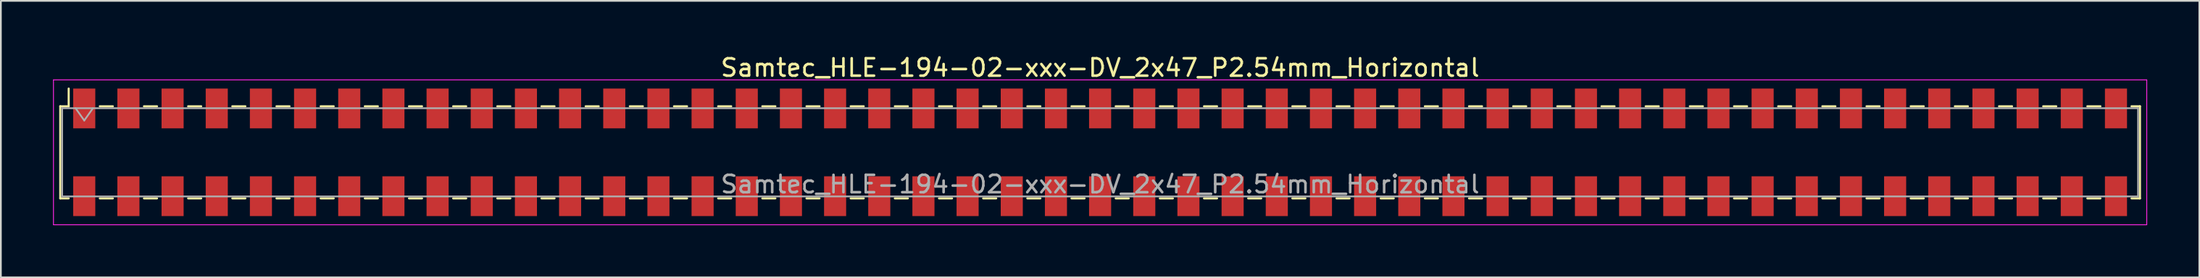
<source format=kicad_pcb>
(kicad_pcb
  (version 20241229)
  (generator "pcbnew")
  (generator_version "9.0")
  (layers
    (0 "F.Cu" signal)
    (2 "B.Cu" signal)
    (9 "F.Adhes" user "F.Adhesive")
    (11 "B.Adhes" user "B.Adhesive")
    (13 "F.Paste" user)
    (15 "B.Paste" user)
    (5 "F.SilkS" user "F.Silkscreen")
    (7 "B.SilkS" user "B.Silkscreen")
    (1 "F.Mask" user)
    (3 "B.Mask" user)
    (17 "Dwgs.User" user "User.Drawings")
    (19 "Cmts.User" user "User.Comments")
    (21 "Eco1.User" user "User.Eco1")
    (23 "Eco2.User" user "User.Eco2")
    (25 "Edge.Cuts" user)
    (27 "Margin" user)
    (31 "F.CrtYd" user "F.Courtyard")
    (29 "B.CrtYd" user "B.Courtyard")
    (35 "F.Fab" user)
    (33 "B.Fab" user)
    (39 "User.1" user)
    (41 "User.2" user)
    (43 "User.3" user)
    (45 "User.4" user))
  (footprint "Samtec_HLE-194-02-xxx-DV_2x47_P2.54mm_Horizontal"
    (layer "F.Cu")
    (at 60.215 5.718)
    (property "Reference" "Samtec_HLE-194-02-xxx-DV_2x47_P2.54mm_Horizontal" (at 0 -4.87 0) (layer "F.SilkS") (effects (font (size 1 1) (thickness 0.15))))
    (attr smd)
    (fp_line (start -59.8 -2.65) (end -59.8 2.65) (stroke (width 0.12) (type solid)) (layer "F.SilkS"))
    (fp_line (start -59.8 2.65) (end -59.315 2.65) (stroke (width 0.12) (type solid)) (layer "F.SilkS"))
    (fp_line (start -59.315 -3.67) (end -59.315 -2.65) (stroke (width 0.12) (type solid)) (layer "F.SilkS"))
    (fp_line (start -59.315 -2.65) (end -59.8 -2.65) (stroke (width 0.12) (type solid)) (layer "F.SilkS"))
    (fp_line (start -57.525 -2.65) (end -56.775 -2.65) (stroke (width 0.12) (type solid)) (layer "F.SilkS"))
    (fp_line (start -57.525 2.65) (end -56.775 2.65) (stroke (width 0.12) (type solid)) (layer "F.SilkS"))
    (fp_line (start -54.985 -2.65) (end -54.235 -2.65) (stroke (width 0.12) (type solid)) (layer "F.SilkS"))
    (fp_line (start -54.985 2.65) (end -54.235 2.65) (stroke (width 0.12) (type solid)) (layer "F.SilkS"))
    (fp_line (start -52.445 -2.65) (end -51.695 -2.65) (stroke (width 0.12) (type solid)) (layer "F.SilkS"))
    (fp_line (start -52.445 2.65) (end -51.695 2.65) (stroke (width 0.12) (type solid)) (layer "F.SilkS"))
    (fp_line (start -49.905 -2.65) (end -49.155 -2.65) (stroke (width 0.12) (type solid)) (layer "F.SilkS"))
    (fp_line (start -49.905 2.65) (end -49.155 2.65) (stroke (width 0.12) (type solid)) (layer "F.SilkS"))
    (fp_line (start -47.365 -2.65) (end -46.615 -2.65) (stroke (width 0.12) (type solid)) (layer "F.SilkS"))
    (fp_line (start -47.365 2.65) (end -46.615 2.65) (stroke (width 0.12) (type solid)) (layer "F.SilkS"))
    (fp_line (start -44.825 -2.65) (end -44.075 -2.65) (stroke (width 0.12) (type solid)) (layer "F.SilkS"))
    (fp_line (start -44.825 2.65) (end -44.075 2.65) (stroke (width 0.12) (type solid)) (layer "F.SilkS"))
    (fp_line (start -42.285 -2.65) (end -41.535 -2.65) (stroke (width 0.12) (type solid)) (layer "F.SilkS"))
    (fp_line (start -42.285 2.65) (end -41.535 2.65) (stroke (width 0.12) (type solid)) (layer "F.SilkS"))
    (fp_line (start -39.745 -2.65) (end -38.995 -2.65) (stroke (width 0.12) (type solid)) (layer "F.SilkS"))
    (fp_line (start -39.745 2.65) (end -38.995 2.65) (stroke (width 0.12) (type solid)) (layer "F.SilkS"))
    (fp_line (start -37.205 -2.65) (end -36.455 -2.65) (stroke (width 0.12) (type solid)) (layer "F.SilkS"))
    (fp_line (start -37.205 2.65) (end -36.455 2.65) (stroke (width 0.12) (type solid)) (layer "F.SilkS"))
    (fp_line (start -34.665 -2.65) (end -33.915 -2.65) (stroke (width 0.12) (type solid)) (layer "F.SilkS"))
    (fp_line (start -34.665 2.65) (end -33.915 2.65) (stroke (width 0.12) (type solid)) (layer "F.SilkS"))
    (fp_line (start -32.125 -2.65) (end -31.375 -2.65) (stroke (width 0.12) (type solid)) (layer "F.SilkS"))
    (fp_line (start -32.125 2.65) (end -31.375 2.65) (stroke (width 0.12) (type solid)) (layer "F.SilkS"))
    (fp_line (start -29.585 -2.65) (end -28.835 -2.65) (stroke (width 0.12) (type solid)) (layer "F.SilkS"))
    (fp_line (start -29.585 2.65) (end -28.835 2.65) (stroke (width 0.12) (type solid)) (layer "F.SilkS"))
    (fp_line (start -27.045 -2.65) (end -26.295 -2.65) (stroke (width 0.12) (type solid)) (layer "F.SilkS"))
    (fp_line (start -27.045 2.65) (end -26.295 2.65) (stroke (width 0.12) (type solid)) (layer "F.SilkS"))
    (fp_line (start -24.505 -2.65) (end -23.755 -2.65) (stroke (width 0.12) (type solid)) (layer "F.SilkS"))
    (fp_line (start -24.505 2.65) (end -23.755 2.65) (stroke (width 0.12) (type solid)) (layer "F.SilkS"))
    (fp_line (start -21.965 -2.65) (end -21.215 -2.65) (stroke (width 0.12) (type solid)) (layer "F.SilkS"))
    (fp_line (start -21.965 2.65) (end -21.215 2.65) (stroke (width 0.12) (type solid)) (layer "F.SilkS"))
    (fp_line (start -19.425 -2.65) (end -18.675 -2.65) (stroke (width 0.12) (type solid)) (layer "F.SilkS"))
    (fp_line (start -19.425 2.65) (end -18.675 2.65) (stroke (width 0.12) (type solid)) (layer "F.SilkS"))
    (fp_line (start -16.885 -2.65) (end -16.135 -2.65) (stroke (width 0.12) (type solid)) (layer "F.SilkS"))
    (fp_line (start -16.885 2.65) (end -16.135 2.65) (stroke (width 0.12) (type solid)) (layer "F.SilkS"))
    (fp_line (start -14.345 -2.65) (end -13.595 -2.65) (stroke (width 0.12) (type solid)) (layer "F.SilkS"))
    (fp_line (start -14.345 2.65) (end -13.595 2.65) (stroke (width 0.12) (type solid)) (layer "F.SilkS"))
    (fp_line (start -11.805 -2.65) (end -11.055 -2.65) (stroke (width 0.12) (type solid)) (layer "F.SilkS"))
    (fp_line (start -11.805 2.65) (end -11.055 2.65) (stroke (width 0.12) (type solid)) (layer "F.SilkS"))
    (fp_line (start -9.265 -2.65) (end -8.515 -2.65) (stroke (width 0.12) (type solid)) (layer "F.SilkS"))
    (fp_line (start -9.265 2.65) (end -8.515 2.65) (stroke (width 0.12) (type solid)) (layer "F.SilkS"))
    (fp_line (start -6.725 -2.65) (end -5.975 -2.65) (stroke (width 0.12) (type solid)) (layer "F.SilkS"))
    (fp_line (start -6.725 2.65) (end -5.975 2.65) (stroke (width 0.12) (type solid)) (layer "F.SilkS"))
    (fp_line (start -4.185 -2.65) (end -3.435 -2.65) (stroke (width 0.12) (type solid)) (layer "F.SilkS"))
    (fp_line (start -4.185 2.65) (end -3.435 2.65) (stroke (width 0.12) (type solid)) (layer "F.SilkS"))
    (fp_line (start -1.645 -2.65) (end -0.895 -2.65) (stroke (width 0.12) (type solid)) (layer "F.SilkS"))
    (fp_line (start -1.645 2.65) (end -0.895 2.65) (stroke (width 0.12) (type solid)) (layer "F.SilkS"))
    (fp_line (start 0.895 -2.65) (end 1.645 -2.65) (stroke (width 0.12) (type solid)) (layer "F.SilkS"))
    (fp_line (start 0.895 2.65) (end 1.645 2.65) (stroke (width 0.12) (type solid)) (layer "F.SilkS"))
    (fp_line (start 3.435 -2.65) (end 4.185 -2.65) (stroke (width 0.12) (type solid)) (layer "F.SilkS"))
    (fp_line (start 3.435 2.65) (end 4.185 2.65) (stroke (width 0.12) (type solid)) (layer "F.SilkS"))
    (fp_line (start 5.975 -2.65) (end 6.725 -2.65) (stroke (width 0.12) (type solid)) (layer "F.SilkS"))
    (fp_line (start 5.975 2.65) (end 6.725 2.65) (stroke (width 0.12) (type solid)) (layer "F.SilkS"))
    (fp_line (start 8.515 -2.65) (end 9.265 -2.65) (stroke (width 0.12) (type solid)) (layer "F.SilkS"))
    (fp_line (start 8.515 2.65) (end 9.265 2.65) (stroke (width 0.12) (type solid)) (layer "F.SilkS"))
    (fp_line (start 11.055 -2.65) (end 11.805 -2.65) (stroke (width 0.12) (type solid)) (layer "F.SilkS"))
    (fp_line (start 11.055 2.65) (end 11.805 2.65) (stroke (width 0.12) (type solid)) (layer "F.SilkS"))
    (fp_line (start 13.595 -2.65) (end 14.345 -2.65) (stroke (width 0.12) (type solid)) (layer "F.SilkS"))
    (fp_line (start 13.595 2.65) (end 14.345 2.65) (stroke (width 0.12) (type solid)) (layer "F.SilkS"))
    (fp_line (start 16.135 -2.65) (end 16.885 -2.65) (stroke (width 0.12) (type solid)) (layer "F.SilkS"))
    (fp_line (start 16.135 2.65) (end 16.885 2.65) (stroke (width 0.12) (type solid)) (layer "F.SilkS"))
    (fp_line (start 18.675 -2.65) (end 19.425 -2.65) (stroke (width 0.12) (type solid)) (layer "F.SilkS"))
    (fp_line (start 18.675 2.65) (end 19.425 2.65) (stroke (width 0.12) (type solid)) (layer "F.SilkS"))
    (fp_line (start 21.215 -2.65) (end 21.965 -2.65) (stroke (width 0.12) (type solid)) (layer "F.SilkS"))
    (fp_line (start 21.215 2.65) (end 21.965 2.65) (stroke (width 0.12) (type solid)) (layer "F.SilkS"))
    (fp_line (start 23.755 -2.65) (end 24.505 -2.65) (stroke (width 0.12) (type solid)) (layer "F.SilkS"))
    (fp_line (start 23.755 2.65) (end 24.505 2.65) (stroke (width 0.12) (type solid)) (layer "F.SilkS"))
    (fp_line (start 26.295 -2.65) (end 27.045 -2.65) (stroke (width 0.12) (type solid)) (layer "F.SilkS"))
    (fp_line (start 26.295 2.65) (end 27.045 2.65) (stroke (width 0.12) (type solid)) (layer "F.SilkS"))
    (fp_line (start 28.835 -2.65) (end 29.585 -2.65) (stroke (width 0.12) (type solid)) (layer "F.SilkS"))
    (fp_line (start 28.835 2.65) (end 29.585 2.65) (stroke (width 0.12) (type solid)) (layer "F.SilkS"))
    (fp_line (start 31.375 -2.65) (end 32.125 -2.65) (stroke (width 0.12) (type solid)) (layer "F.SilkS"))
    (fp_line (start 31.375 2.65) (end 32.125 2.65) (stroke (width 0.12) (type solid)) (layer "F.SilkS"))
    (fp_line (start 33.915 -2.65) (end 34.665 -2.65) (stroke (width 0.12) (type solid)) (layer "F.SilkS"))
    (fp_line (start 33.915 2.65) (end 34.665 2.65) (stroke (width 0.12) (type solid)) (layer "F.SilkS"))
    (fp_line (start 36.455 -2.65) (end 37.205 -2.65) (stroke (width 0.12) (type solid)) (layer "F.SilkS"))
    (fp_line (start 36.455 2.65) (end 37.205 2.65) (stroke (width 0.12) (type solid)) (layer "F.SilkS"))
    (fp_line (start 38.995 -2.65) (end 39.745 -2.65) (stroke (width 0.12) (type solid)) (layer "F.SilkS"))
    (fp_line (start 38.995 2.65) (end 39.745 2.65) (stroke (width 0.12) (type solid)) (layer "F.SilkS"))
    (fp_line (start 41.535 -2.65) (end 42.285 -2.65) (stroke (width 0.12) (type solid)) (layer "F.SilkS"))
    (fp_line (start 41.535 2.65) (end 42.285 2.65) (stroke (width 0.12) (type solid)) (layer "F.SilkS"))
    (fp_line (start 44.075 -2.65) (end 44.825 -2.65) (stroke (width 0.12) (type solid)) (layer "F.SilkS"))
    (fp_line (start 44.075 2.65) (end 44.825 2.65) (stroke (width 0.12) (type solid)) (layer "F.SilkS"))
    (fp_line (start 46.615 -2.65) (end 47.365 -2.65) (stroke (width 0.12) (type solid)) (layer "F.SilkS"))
    (fp_line (start 46.615 2.65) (end 47.365 2.65) (stroke (width 0.12) (type solid)) (layer "F.SilkS"))
    (fp_line (start 49.155 -2.65) (end 49.905 -2.65) (stroke (width 0.12) (type solid)) (layer "F.SilkS"))
    (fp_line (start 49.155 2.65) (end 49.905 2.65) (stroke (width 0.12) (type solid)) (layer "F.SilkS"))
    (fp_line (start 51.695 -2.65) (end 52.445 -2.65) (stroke (width 0.12) (type solid)) (layer "F.SilkS"))
    (fp_line (start 51.695 2.65) (end 52.445 2.65) (stroke (width 0.12) (type solid)) (layer "F.SilkS"))
    (fp_line (start 54.235 -2.65) (end 54.985 -2.65) (stroke (width 0.12) (type solid)) (layer "F.SilkS"))
    (fp_line (start 54.235 2.65) (end 54.985 2.65) (stroke (width 0.12) (type solid)) (layer "F.SilkS"))
    (fp_line (start 56.775 -2.65) (end 57.525 -2.65) (stroke (width 0.12) (type solid)) (layer "F.SilkS"))
    (fp_line (start 56.775 2.65) (end 57.525 2.65) (stroke (width 0.12) (type solid)) (layer "F.SilkS"))
    (fp_line (start 59.315 -2.65) (end 59.8 -2.65) (stroke (width 0.12) (type solid)) (layer "F.SilkS"))
    (fp_line (start 59.8 -2.65) (end 59.8 2.65) (stroke (width 0.12) (type solid)) (layer "F.SilkS"))
    (fp_line (start 59.8 2.65) (end 59.315 2.65) (stroke (width 0.12) (type solid)) (layer "F.SilkS"))
    (fp_line (start -60.19 -4.17) (end 60.19 -4.17) (stroke (width 0.05) (type solid)) (layer "F.CrtYd"))
    (fp_line (start -60.19 4.17) (end -60.19 -4.17) (stroke (width 0.05) (type solid)) (layer "F.CrtYd"))
    (fp_line (start 60.19 -4.17) (end 60.19 4.17) (stroke (width 0.05) (type solid)) (layer "F.CrtYd"))
    (fp_line (start 60.19 4.17) (end -60.19 4.17) (stroke (width 0.05) (type solid)) (layer "F.CrtYd"))
    (fp_line (start -59.69 -2.54) (end 59.69 -2.54) (stroke (width 0.1) (type solid)) (layer "F.Fab"))
    (fp_line (start -59.69 2.54) (end -59.69 -2.54) (stroke (width 0.1) (type solid)) (layer "F.Fab"))
    (fp_line (start -58.92 -2.54) (end -58.42 -1.833) (stroke (width 0.1) (type solid)) (layer "F.Fab"))
    (fp_line (start -58.42 -1.833) (end -57.92 -2.54) (stroke (width 0.1) (type solid)) (layer "F.Fab"))
    (fp_line (start 59.69 -2.54) (end 59.69 2.54) (stroke (width 0.1) (type solid)) (layer "F.Fab"))
    (fp_line (start 59.69 2.54) (end -59.69 2.54) (stroke (width 0.1) (type solid)) (layer "F.Fab"))
    (fp_text user "${REFERENCE}" (at 0 1.84 0) (layer "F.Fab") (effects (font (size 1 1) (thickness 0.15))))
    (pad "1" smd rect (at -58.42 -2.525) (size 1.27 2.29) (layers "F.Cu" "F.Mask" "F.Paste"))
    (pad "2" smd rect (at -58.42 2.525) (size 1.27 2.29) (layers "F.Cu" "F.Mask" "F.Paste"))
    (pad "3" smd rect (at -55.88 -2.525) (size 1.27 2.29) (layers "F.Cu" "F.Mask" "F.Paste"))
    (pad "4" smd rect (at -55.88 2.525) (size 1.27 2.29) (layers "F.Cu" "F.Mask" "F.Paste"))
    (pad "5" smd rect (at -53.34 -2.525) (size 1.27 2.29) (layers "F.Cu" "F.Mask" "F.Paste"))
    (pad "6" smd rect (at -53.34 2.525) (size 1.27 2.29) (layers "F.Cu" "F.Mask" "F.Paste"))
    (pad "7" smd rect (at -50.8 -2.525) (size 1.27 2.29) (layers "F.Cu" "F.Mask" "F.Paste"))
    (pad "8" smd rect (at -50.8 2.525) (size 1.27 2.29) (layers "F.Cu" "F.Mask" "F.Paste"))
    (pad "9" smd rect (at -48.26 -2.525) (size 1.27 2.29) (layers "F.Cu" "F.Mask" "F.Paste"))
    (pad "10" smd rect (at -48.26 2.525) (size 1.27 2.29) (layers "F.Cu" "F.Mask" "F.Paste"))
    (pad "11" smd rect (at -45.72 -2.525) (size 1.27 2.29) (layers "F.Cu" "F.Mask" "F.Paste"))
    (pad "12" smd rect (at -45.72 2.525) (size 1.27 2.29) (layers "F.Cu" "F.Mask" "F.Paste"))
    (pad "13" smd rect (at -43.18 -2.525) (size 1.27 2.29) (layers "F.Cu" "F.Mask" "F.Paste"))
    (pad "14" smd rect (at -43.18 2.525) (size 1.27 2.29) (layers "F.Cu" "F.Mask" "F.Paste"))
    (pad "15" smd rect (at -40.64 -2.525) (size 1.27 2.29) (layers "F.Cu" "F.Mask" "F.Paste"))
    (pad "16" smd rect (at -40.64 2.525) (size 1.27 2.29) (layers "F.Cu" "F.Mask" "F.Paste"))
    (pad "17" smd rect (at -38.1 -2.525) (size 1.27 2.29) (layers "F.Cu" "F.Mask" "F.Paste"))
    (pad "18" smd rect (at -38.1 2.525) (size 1.27 2.29) (layers "F.Cu" "F.Mask" "F.Paste"))
    (pad "19" smd rect (at -35.56 -2.525) (size 1.27 2.29) (layers "F.Cu" "F.Mask" "F.Paste"))
    (pad "20" smd rect (at -35.56 2.525) (size 1.27 2.29) (layers "F.Cu" "F.Mask" "F.Paste"))
    (pad "21" smd rect (at -33.02 -2.525) (size 1.27 2.29) (layers "F.Cu" "F.Mask" "F.Paste"))
    (pad "22" smd rect (at -33.02 2.525) (size 1.27 2.29) (layers "F.Cu" "F.Mask" "F.Paste"))
    (pad "23" smd rect (at -30.48 -2.525) (size 1.27 2.29) (layers "F.Cu" "F.Mask" "F.Paste"))
    (pad "24" smd rect (at -30.48 2.525) (size 1.27 2.29) (layers "F.Cu" "F.Mask" "F.Paste"))
    (pad "25" smd rect (at -27.94 -2.525) (size 1.27 2.29) (layers "F.Cu" "F.Mask" "F.Paste"))
    (pad "26" smd rect (at -27.94 2.525) (size 1.27 2.29) (layers "F.Cu" "F.Mask" "F.Paste"))
    (pad "27" smd rect (at -25.4 -2.525) (size 1.27 2.29) (layers "F.Cu" "F.Mask" "F.Paste"))
    (pad "28" smd rect (at -25.4 2.525) (size 1.27 2.29) (layers "F.Cu" "F.Mask" "F.Paste"))
    (pad "29" smd rect (at -22.86 -2.525) (size 1.27 2.29) (layers "F.Cu" "F.Mask" "F.Paste"))
    (pad "30" smd rect (at -22.86 2.525) (size 1.27 2.29) (layers "F.Cu" "F.Mask" "F.Paste"))
    (pad "31" smd rect (at -20.32 -2.525) (size 1.27 2.29) (layers "F.Cu" "F.Mask" "F.Paste"))
    (pad "32" smd rect (at -20.32 2.525) (size 1.27 2.29) (layers "F.Cu" "F.Mask" "F.Paste"))
    (pad "33" smd rect (at -17.78 -2.525) (size 1.27 2.29) (layers "F.Cu" "F.Mask" "F.Paste"))
    (pad "34" smd rect (at -17.78 2.525) (size 1.27 2.29) (layers "F.Cu" "F.Mask" "F.Paste"))
    (pad "35" smd rect (at -15.24 -2.525) (size 1.27 2.29) (layers "F.Cu" "F.Mask" "F.Paste"))
    (pad "36" smd rect (at -15.24 2.525) (size 1.27 2.29) (layers "F.Cu" "F.Mask" "F.Paste"))
    (pad "37" smd rect (at -12.7 -2.525) (size 1.27 2.29) (layers "F.Cu" "F.Mask" "F.Paste"))
    (pad "38" smd rect (at -12.7 2.525) (size 1.27 2.29) (layers "F.Cu" "F.Mask" "F.Paste"))
    (pad "39" smd rect (at -10.16 -2.525) (size 1.27 2.29) (layers "F.Cu" "F.Mask" "F.Paste"))
    (pad "40" smd rect (at -10.16 2.525) (size 1.27 2.29) (layers "F.Cu" "F.Mask" "F.Paste"))
    (pad "41" smd rect (at -7.62 -2.525) (size 1.27 2.29) (layers "F.Cu" "F.Mask" "F.Paste"))
    (pad "42" smd rect (at -7.62 2.525) (size 1.27 2.29) (layers "F.Cu" "F.Mask" "F.Paste"))
    (pad "43" smd rect (at -5.08 -2.525) (size 1.27 2.29) (layers "F.Cu" "F.Mask" "F.Paste"))
    (pad "44" smd rect (at -5.08 2.525) (size 1.27 2.29) (layers "F.Cu" "F.Mask" "F.Paste"))
    (pad "45" smd rect (at -2.54 -2.525) (size 1.27 2.29) (layers "F.Cu" "F.Mask" "F.Paste"))
    (pad "46" smd rect (at -2.54 2.525) (size 1.27 2.29) (layers "F.Cu" "F.Mask" "F.Paste"))
    (pad "47" smd rect (at 0 -2.525) (size 1.27 2.29) (layers "F.Cu" "F.Mask" "F.Paste"))
    (pad "48" smd rect (at 0 2.525) (size 1.27 2.29) (layers "F.Cu" "F.Mask" "F.Paste"))
    (pad "49" smd rect (at 2.54 -2.525) (size 1.27 2.29) (layers "F.Cu" "F.Mask" "F.Paste"))
    (pad "50" smd rect (at 2.54 2.525) (size 1.27 2.29) (layers "F.Cu" "F.Mask" "F.Paste"))
    (pad "51" smd rect (at 5.08 -2.525) (size 1.27 2.29) (layers "F.Cu" "F.Mask" "F.Paste"))
    (pad "52" smd rect (at 5.08 2.525) (size 1.27 2.29) (layers "F.Cu" "F.Mask" "F.Paste"))
    (pad "53" smd rect (at 7.62 -2.525) (size 1.27 2.29) (layers "F.Cu" "F.Mask" "F.Paste"))
    (pad "54" smd rect (at 7.62 2.525) (size 1.27 2.29) (layers "F.Cu" "F.Mask" "F.Paste"))
    (pad "55" smd rect (at 10.16 -2.525) (size 1.27 2.29) (layers "F.Cu" "F.Mask" "F.Paste"))
    (pad "56" smd rect (at 10.16 2.525) (size 1.27 2.29) (layers "F.Cu" "F.Mask" "F.Paste"))
    (pad "57" smd rect (at 12.7 -2.525) (size 1.27 2.29) (layers "F.Cu" "F.Mask" "F.Paste"))
    (pad "58" smd rect (at 12.7 2.525) (size 1.27 2.29) (layers "F.Cu" "F.Mask" "F.Paste"))
    (pad "59" smd rect (at 15.24 -2.525) (size 1.27 2.29) (layers "F.Cu" "F.Mask" "F.Paste"))
    (pad "60" smd rect (at 15.24 2.525) (size 1.27 2.29) (layers "F.Cu" "F.Mask" "F.Paste"))
    (pad "61" smd rect (at 17.78 -2.525) (size 1.27 2.29) (layers "F.Cu" "F.Mask" "F.Paste"))
    (pad "62" smd rect (at 17.78 2.525) (size 1.27 2.29) (layers "F.Cu" "F.Mask" "F.Paste"))
    (pad "63" smd rect (at 20.32 -2.525) (size 1.27 2.29) (layers "F.Cu" "F.Mask" "F.Paste"))
    (pad "64" smd rect (at 20.32 2.525) (size 1.27 2.29) (layers "F.Cu" "F.Mask" "F.Paste"))
    (pad "65" smd rect (at 22.86 -2.525) (size 1.27 2.29) (layers "F.Cu" "F.Mask" "F.Paste"))
    (pad "66" smd rect (at 22.86 2.525) (size 1.27 2.29) (layers "F.Cu" "F.Mask" "F.Paste"))
    (pad "67" smd rect (at 25.4 -2.525) (size 1.27 2.29) (layers "F.Cu" "F.Mask" "F.Paste"))
    (pad "68" smd rect (at 25.4 2.525) (size 1.27 2.29) (layers "F.Cu" "F.Mask" "F.Paste"))
    (pad "69" smd rect (at 27.94 -2.525) (size 1.27 2.29) (layers "F.Cu" "F.Mask" "F.Paste"))
    (pad "70" smd rect (at 27.94 2.525) (size 1.27 2.29) (layers "F.Cu" "F.Mask" "F.Paste"))
    (pad "71" smd rect (at 30.48 -2.525) (size 1.27 2.29) (layers "F.Cu" "F.Mask" "F.Paste"))
    (pad "72" smd rect (at 30.48 2.525) (size 1.27 2.29) (layers "F.Cu" "F.Mask" "F.Paste"))
    (pad "73" smd rect (at 33.02 -2.525) (size 1.27 2.29) (layers "F.Cu" "F.Mask" "F.Paste"))
    (pad "74" smd rect (at 33.02 2.525) (size 1.27 2.29) (layers "F.Cu" "F.Mask" "F.Paste"))
    (pad "75" smd rect (at 35.56 -2.525) (size 1.27 2.29) (layers "F.Cu" "F.Mask" "F.Paste"))
    (pad "76" smd rect (at 35.56 2.525) (size 1.27 2.29) (layers "F.Cu" "F.Mask" "F.Paste"))
    (pad "77" smd rect (at 38.1 -2.525) (size 1.27 2.29) (layers "F.Cu" "F.Mask" "F.Paste"))
    (pad "78" smd rect (at 38.1 2.525) (size 1.27 2.29) (layers "F.Cu" "F.Mask" "F.Paste"))
    (pad "79" smd rect (at 40.64 -2.525) (size 1.27 2.29) (layers "F.Cu" "F.Mask" "F.Paste"))
    (pad "80" smd rect (at 40.64 2.525) (size 1.27 2.29) (layers "F.Cu" "F.Mask" "F.Paste"))
    (pad "81" smd rect (at 43.18 -2.525) (size 1.27 2.29) (layers "F.Cu" "F.Mask" "F.Paste"))
    (pad "82" smd rect (at 43.18 2.525) (size 1.27 2.29) (layers "F.Cu" "F.Mask" "F.Paste"))
    (pad "83" smd rect (at 45.72 -2.525) (size 1.27 2.29) (layers "F.Cu" "F.Mask" "F.Paste"))
    (pad "84" smd rect (at 45.72 2.525) (size 1.27 2.29) (layers "F.Cu" "F.Mask" "F.Paste"))
    (pad "85" smd rect (at 48.26 -2.525) (size 1.27 2.29) (layers "F.Cu" "F.Mask" "F.Paste"))
    (pad "86" smd rect (at 48.26 2.525) (size 1.27 2.29) (layers "F.Cu" "F.Mask" "F.Paste"))
    (pad "87" smd rect (at 50.8 -2.525) (size 1.27 2.29) (layers "F.Cu" "F.Mask" "F.Paste"))
    (pad "88" smd rect (at 50.8 2.525) (size 1.27 2.29) (layers "F.Cu" "F.Mask" "F.Paste"))
    (pad "89" smd rect (at 53.34 -2.525) (size 1.27 2.29) (layers "F.Cu" "F.Mask" "F.Paste"))
    (pad "90" smd rect (at 53.34 2.525) (size 1.27 2.29) (layers "F.Cu" "F.Mask" "F.Paste"))
    (pad "91" smd rect (at 55.88 -2.525) (size 1.27 2.29) (layers "F.Cu" "F.Mask" "F.Paste"))
    (pad "92" smd rect (at 55.88 2.525) (size 1.27 2.29) (layers "F.Cu" "F.Mask" "F.Paste"))
    (pad "93" smd rect (at 58.42 -2.525) (size 1.27 2.29) (layers "F.Cu" "F.Mask" "F.Paste"))
    (pad "94" smd rect (at 58.42 2.525) (size 1.27 2.29) (layers "F.Cu" "F.Mask" "F.Paste")))
  (gr_rect
    (start -3 -3)
    (end 123.43 12.913)
    (stroke (width 0.1) (type default))
    (fill no)
    (layer "Edge.Cuts")))
</source>
